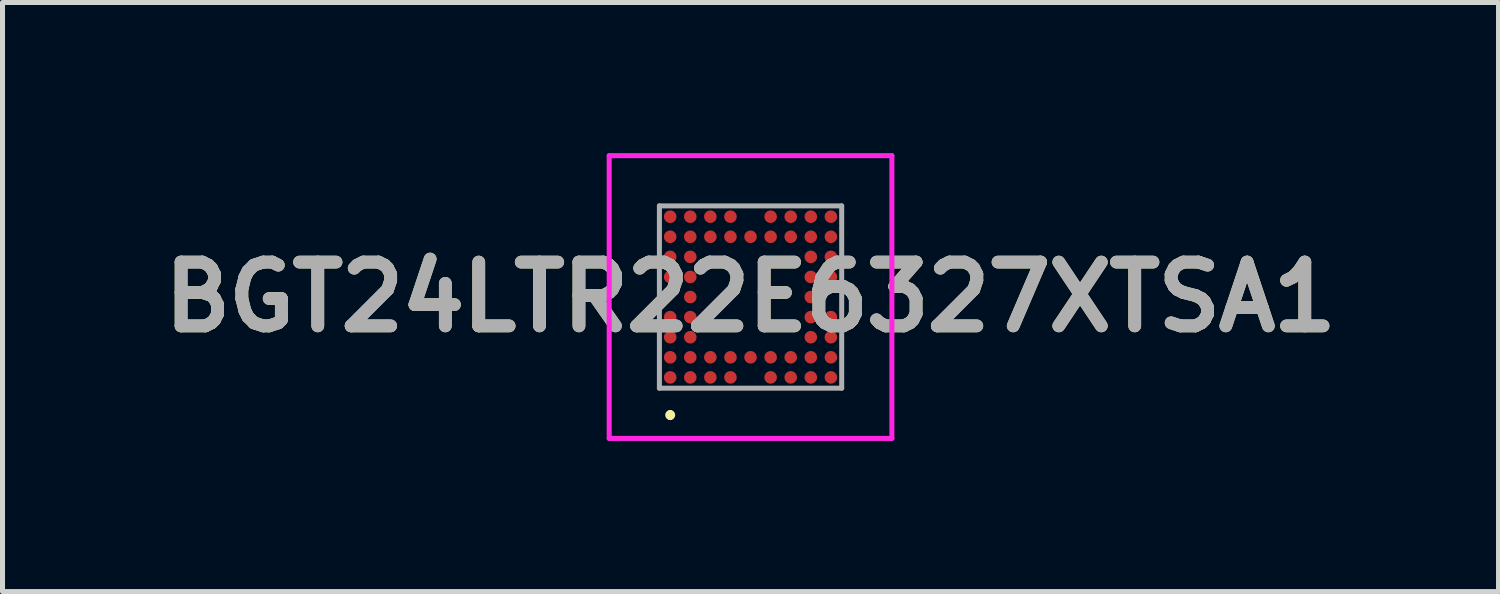
<source format=kicad_pcb>
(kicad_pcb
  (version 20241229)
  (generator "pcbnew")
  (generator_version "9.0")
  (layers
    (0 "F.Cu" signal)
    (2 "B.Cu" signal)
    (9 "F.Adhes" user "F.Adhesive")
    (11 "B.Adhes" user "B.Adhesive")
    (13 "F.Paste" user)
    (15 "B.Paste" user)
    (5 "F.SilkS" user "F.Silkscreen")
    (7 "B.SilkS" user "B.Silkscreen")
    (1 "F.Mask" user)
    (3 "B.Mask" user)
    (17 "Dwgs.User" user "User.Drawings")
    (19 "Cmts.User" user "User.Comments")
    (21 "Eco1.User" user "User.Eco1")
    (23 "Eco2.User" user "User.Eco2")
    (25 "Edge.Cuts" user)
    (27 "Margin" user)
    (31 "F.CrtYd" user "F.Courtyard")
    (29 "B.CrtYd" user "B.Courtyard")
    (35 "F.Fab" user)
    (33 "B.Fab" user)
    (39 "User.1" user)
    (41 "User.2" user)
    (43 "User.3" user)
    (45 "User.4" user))
  (footprint "BGT24LTR22E6327XTSA1"
    (layer "F.Cu")
    (at 11.896 2.865)
    (property "Reference" "BGT24LTR22E6327XTSA1" (at 0 0 0) (layer "F.SilkS") (effects (font (size 1.27 1.27) (thickness 0.254))))
    (attr smd)
    (fp_line (start -1.6 2.3) (end -1.6 2.3) (stroke (width 0.1) (type solid)) (layer "F.SilkS"))
    (fp_line (start -1.6 2.4) (end -1.6 2.4) (stroke (width 0.1) (type solid)) (layer "F.SilkS"))
    (fp_arc (start -1.6 2.3) (mid -1.55 2.35) (end -1.6 2.4) (stroke (width 0.1) (type solid)) (layer "F.SilkS"))
    (fp_arc (start -1.6 2.4) (mid -1.65 2.35) (end -1.6 2.3) (stroke (width 0.1) (type solid)) (layer "F.SilkS"))
    (fp_line (start -2.815 -2.815) (end 2.815 -2.815) (stroke (width 0.1) (type solid)) (layer "F.CrtYd"))
    (fp_line (start -2.815 2.815) (end -2.815 -2.815) (stroke (width 0.1) (type solid)) (layer "F.CrtYd"))
    (fp_line (start 2.815 -2.815) (end 2.815 2.815) (stroke (width 0.1) (type solid)) (layer "F.CrtYd"))
    (fp_line (start 2.815 2.815) (end -2.815 2.815) (stroke (width 0.1) (type solid)) (layer "F.CrtYd"))
    (fp_line (start -1.815 -1.815) (end 1.815 -1.815) (stroke (width 0.1) (type solid)) (layer "F.Fab"))
    (fp_line (start -1.815 1.815) (end -1.815 -1.815) (stroke (width 0.1) (type solid)) (layer "F.Fab"))
    (fp_line (start 1.815 -1.815) (end 1.815 1.815) (stroke (width 0.1) (type solid)) (layer "F.Fab"))
    (fp_line (start 1.815 1.815) (end -1.815 1.815) (stroke (width 0.1) (type solid)) (layer "F.Fab"))
    (fp_text user "${REFERENCE}" (at 0 0 0) (layer "F.Fab") (effects (font (size 1.27 1.27) (thickness 0.254))))
    (pad "A1" smd circle (at -1.6 1.6 90) (size 0.25 0.25) (layers "F.Cu" "F.Mask" "F.Paste"))
    (pad "A2" smd circle (at -1.6 1.2 90) (size 0.25 0.25) (layers "F.Cu" "F.Mask" "F.Paste"))
    (pad "A3" smd circle (at -1.6 0.8 90) (size 0.25 0.25) (layers "F.Cu" "F.Mask" "F.Paste"))
    (pad "A4" smd circle (at -1.6 0.4 90) (size 0.25 0.25) (layers "F.Cu" "F.Mask" "F.Paste"))
    (pad "A6" smd circle (at -1.6 -0.4 90) (size 0.25 0.25) (layers "F.Cu" "F.Mask" "F.Paste"))
    (pad "A7" smd circle (at -1.6 -0.8 90) (size 0.25 0.25) (layers "F.Cu" "F.Mask" "F.Paste"))
    (pad "A8" smd circle (at -1.6 -1.2 90) (size 0.25 0.25) (layers "F.Cu" "F.Mask" "F.Paste"))
    (pad "A9" smd circle (at -1.6 -1.6 90) (size 0.25 0.25) (layers "F.Cu" "F.Mask" "F.Paste"))
    (pad "B1" smd circle (at -1.2 1.6 90) (size 0.25 0.25) (layers "F.Cu" "F.Mask" "F.Paste"))
    (pad "B2" smd circle (at -1.2 1.2 90) (size 0.25 0.25) (layers "F.Cu" "F.Mask" "F.Paste"))
    (pad "B3" smd circle (at -1.2 0.8 90) (size 0.25 0.25) (layers "F.Cu" "F.Mask" "F.Paste"))
    (pad "B4" smd circle (at -1.2 0.4 90) (size 0.25 0.25) (layers "F.Cu" "F.Mask" "F.Paste"))
    (pad "B5" smd circle (at -1.2 0 90) (size 0.25 0.25) (layers "F.Cu" "F.Mask" "F.Paste"))
    (pad "B6" smd circle (at -1.2 -0.4 90) (size 0.25 0.25) (layers "F.Cu" "F.Mask" "F.Paste"))
    (pad "B7" smd circle (at -1.2 -0.8 90) (size 0.25 0.25) (layers "F.Cu" "F.Mask" "F.Paste"))
    (pad "B8" smd circle (at -1.2 -1.2 90) (size 0.25 0.25) (layers "F.Cu" "F.Mask" "F.Paste"))
    (pad "B9" smd circle (at -1.2 -1.6 90) (size 0.25 0.25) (layers "F.Cu" "F.Mask" "F.Paste"))
    (pad "C1" smd circle (at -0.8 1.6 90) (size 0.25 0.25) (layers "F.Cu" "F.Mask" "F.Paste"))
    (pad "C2" smd circle (at -0.8 1.2 90) (size 0.25 0.25) (layers "F.Cu" "F.Mask" "F.Paste"))
    (pad "C8" smd circle (at -0.8 -1.2 90) (size 0.25 0.25) (layers "F.Cu" "F.Mask" "F.Paste"))
    (pad "C9" smd circle (at -0.8 -1.6 90) (size 0.25 0.25) (layers "F.Cu" "F.Mask" "F.Paste"))
    (pad "D1" smd circle (at -0.4 1.6 90) (size 0.25 0.25) (layers "F.Cu" "F.Mask" "F.Paste"))
    (pad "D2" smd circle (at -0.4 1.2 90) (size 0.25 0.25) (layers "F.Cu" "F.Mask" "F.Paste"))
    (pad "D8" smd circle (at -0.4 -1.2 90) (size 0.25 0.25) (layers "F.Cu" "F.Mask" "F.Paste"))
    (pad "D9" smd circle (at -0.4 -1.6 90) (size 0.25 0.25) (layers "F.Cu" "F.Mask" "F.Paste"))
    (pad "E2" smd circle (at 0 1.2 90) (size 0.25 0.25) (layers "F.Cu" "F.Mask" "F.Paste"))
    (pad "E8" smd circle (at 0 -1.2 90) (size 0.25 0.25) (layers "F.Cu" "F.Mask" "F.Paste"))
    (pad "F1" smd circle (at 0.4 1.6 90) (size 0.25 0.25) (layers "F.Cu" "F.Mask" "F.Paste"))
    (pad "F2" smd circle (at 0.4 1.2 90) (size 0.25 0.25) (layers "F.Cu" "F.Mask" "F.Paste"))
    (pad "F8" smd circle (at 0.4 -1.2 90) (size 0.25 0.25) (layers "F.Cu" "F.Mask" "F.Paste"))
    (pad "F9" smd circle (at 0.4 -1.6 90) (size 0.25 0.25) (layers "F.Cu" "F.Mask" "F.Paste"))
    (pad "G1" smd circle (at 0.8 1.6 90) (size 0.25 0.25) (layers "F.Cu" "F.Mask" "F.Paste"))
    (pad "G2" smd circle (at 0.8 1.2 90) (size 0.25 0.25) (layers "F.Cu" "F.Mask" "F.Paste"))
    (pad "G8" smd circle (at 0.8 -1.2 90) (size 0.25 0.25) (layers "F.Cu" "F.Mask" "F.Paste"))
    (pad "G9" smd circle (at 0.8 -1.6 90) (size 0.25 0.25) (layers "F.Cu" "F.Mask" "F.Paste"))
    (pad "H1" smd circle (at 1.2 1.6 90) (size 0.25 0.25) (layers "F.Cu" "F.Mask" "F.Paste"))
    (pad "H2" smd circle (at 1.2 1.2 90) (size 0.25 0.25) (layers "F.Cu" "F.Mask" "F.Paste"))
    (pad "H3" smd circle (at 1.2 0.8 90) (size 0.25 0.25) (layers "F.Cu" "F.Mask" "F.Paste"))
    (pad "H4" smd circle (at 1.2 0.4 90) (size 0.25 0.25) (layers "F.Cu" "F.Mask" "F.Paste"))
    (pad "H5" smd circle (at 1.2 0 90) (size 0.25 0.25) (layers "F.Cu" "F.Mask" "F.Paste"))
    (pad "H6" smd circle (at 1.2 -0.4 90) (size 0.25 0.25) (layers "F.Cu" "F.Mask" "F.Paste"))
    (pad "H7" smd circle (at 1.2 -0.8 90) (size 0.25 0.25) (layers "F.Cu" "F.Mask" "F.Paste"))
    (pad "H8" smd circle (at 1.2 -1.2 90) (size 0.25 0.25) (layers "F.Cu" "F.Mask" "F.Paste"))
    (pad "H9" smd circle (at 1.2 -1.6 90) (size 0.25 0.25) (layers "F.Cu" "F.Mask" "F.Paste"))
    (pad "J1" smd circle (at 1.6 1.6 90) (size 0.25 0.25) (layers "F.Cu" "F.Mask" "F.Paste"))
    (pad "J2" smd circle (at 1.6 1.2 90) (size 0.25 0.25) (layers "F.Cu" "F.Mask" "F.Paste"))
    (pad "J3" smd circle (at 1.6 0.8 90) (size 0.25 0.25) (layers "F.Cu" "F.Mask" "F.Paste"))
    (pad "J4" smd circle (at 1.6 0.4 90) (size 0.25 0.25) (layers "F.Cu" "F.Mask" "F.Paste"))
    (pad "J6" smd circle (at 1.6 -0.4 90) (size 0.25 0.25) (layers "F.Cu" "F.Mask" "F.Paste"))
    (pad "J7" smd circle (at 1.6 -0.8 90) (size 0.25 0.25) (layers "F.Cu" "F.Mask" "F.Paste"))
    (pad "J8" smd circle (at 1.6 -1.2 90) (size 0.25 0.25) (layers "F.Cu" "F.Mask" "F.Paste"))
    (pad "J9" smd circle (at 1.6 -1.6 90) (size 0.25 0.25) (layers "F.Cu" "F.Mask" "F.Paste")))
  (gr_rect
    (start -3 -3)
    (end 26.791 8.73)
    (stroke (width 0.1) (type default))
    (fill no)
    (layer "Edge.Cuts")))
</source>
